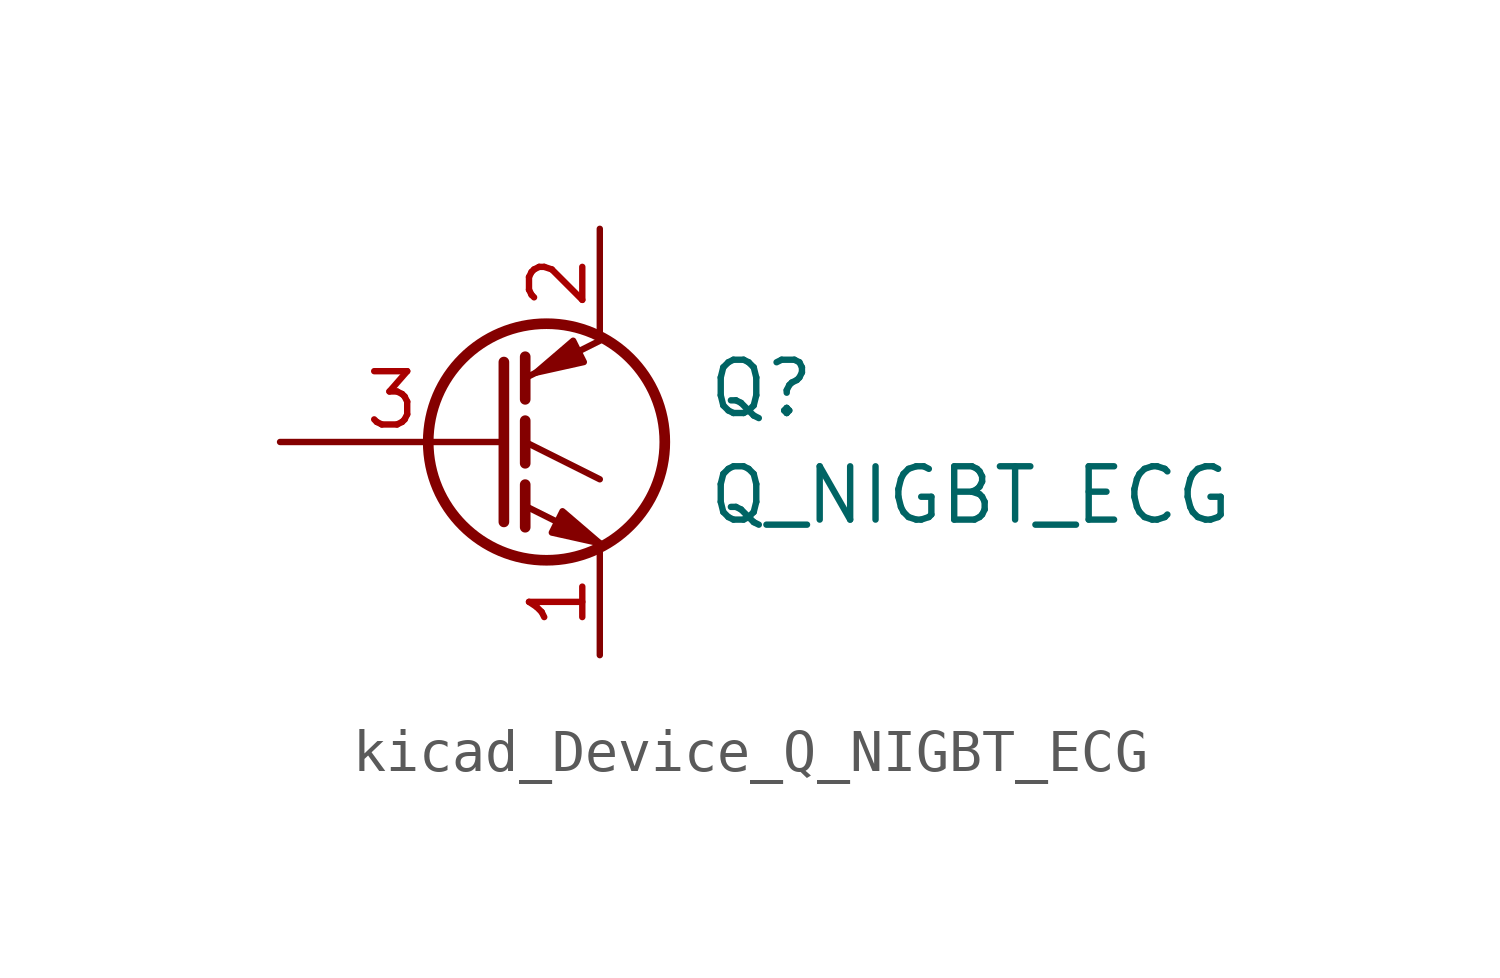
<source format=kicad_sym>
(kicad_symbol_lib
  (version 20220914)
  (generator kicad_symbol_editor)
  (symbol "kicad_Device_Q_NIGBT_ECG"
    (pin_names
      (offset 0) hide)
    (property "Reference" "Q"
      (at 5.08 1.27 0)
      (effects (font (size 1.27 1.27)) (justify left)))
    (property "Value" "Q_NIGBT_ECG"
      (at 5.08 -1.27 0)
      (effects (font (size 1.27 1.27)) (justify left)))
    (symbol "kicad_Device_Q_NIGBT_ECG_0_1"
      (polyline (pts (xy 0.762 -1.016) (xy 0.762 -2.032)) (stroke (width 0.254) (type default)) (fill (type none)))
      (polyline (pts (xy 0.762 0.508) (xy 0.762 -0.508)) (stroke (width 0.254) (type default)) (fill (type none)))
      (polyline (pts (xy 0.762 2.032) (xy 0.762 1.016)) (stroke (width 0.254) (type default)) (fill (type none)))
      (polyline (pts (xy 2.54 -2.413) (xy 0.762 -1.524)) (stroke (width 0) (type default)) (fill (type none)))
      (polyline (pts (xy 2.54 -0.889) (xy 0.762 0)) (stroke (width 0) (type default)) (fill (type none)))
      (polyline (pts (xy 2.54 2.413) (xy 0.762 1.524)) (stroke (width 0) (type default)) (fill (type none)))
      (polyline (pts (xy 0.254 1.905) (xy 0.254 -1.905) (xy 0.254 -1.905)) (stroke (width 0.254) (type default)) (fill (type none)))
      (polyline (pts (xy 1.397 -2.159) (xy 1.651 -1.651) (xy 2.54 -2.413) (xy 1.397 -2.159)) (stroke (width 0) (type default)) (fill (type outline)))
      (polyline (pts (xy 2.159 1.905) (xy 1.905 2.413) (xy 1.016 1.651) (xy 2.159 1.905)) (stroke (width 0) (type default)) (fill (type outline)))
      (circle (center 1.27 0) (radius 2.819) (stroke (width 0.254) (type default)) (fill (type none))))
    (symbol "kicad_Device_Q_NIGBT_ECG_1_1"
      (pin passive line (at 2.54 -5.08 90) (length 2.54) (name "E" (effects (font (size 1.27 1.27)))) (number "1" (effects (font (size 1.27 1.27)))))
      (pin passive line (at 2.54 5.08 270) (length 2.54) (name "C" (effects (font (size 1.27 1.27)))) (number "2" (effects (font (size 1.27 1.27)))))
      (pin input line (at -5.08 0 0) (length 5.334) (name "G" (effects (font (size 1.27 1.27)))) (number "3" (effects (font (size 1.27 1.27))))))))
</source>
